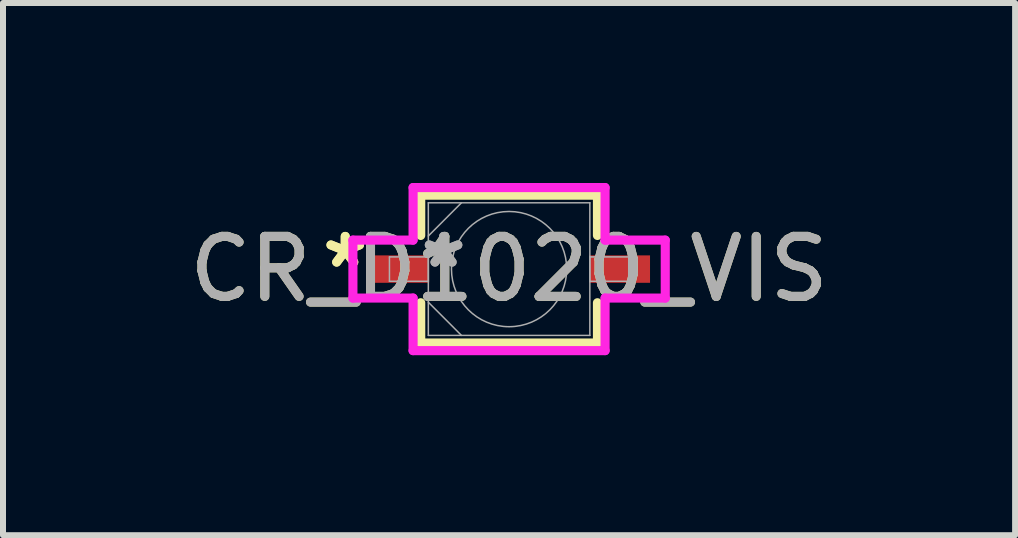
<source format=kicad_pcb>
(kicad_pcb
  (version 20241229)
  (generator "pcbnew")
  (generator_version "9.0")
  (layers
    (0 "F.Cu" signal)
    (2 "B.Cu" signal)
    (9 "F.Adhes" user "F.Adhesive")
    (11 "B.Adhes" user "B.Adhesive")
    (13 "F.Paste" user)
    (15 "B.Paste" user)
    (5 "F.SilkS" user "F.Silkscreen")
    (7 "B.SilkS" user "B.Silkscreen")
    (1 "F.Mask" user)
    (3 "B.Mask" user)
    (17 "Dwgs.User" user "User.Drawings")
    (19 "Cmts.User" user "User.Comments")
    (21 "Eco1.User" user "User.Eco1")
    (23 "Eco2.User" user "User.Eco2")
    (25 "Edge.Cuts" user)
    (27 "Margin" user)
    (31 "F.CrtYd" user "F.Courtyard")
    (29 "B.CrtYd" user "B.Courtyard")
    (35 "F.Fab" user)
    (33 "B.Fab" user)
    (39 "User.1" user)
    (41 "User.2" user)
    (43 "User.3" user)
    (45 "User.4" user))
  (footprint "CR_D1020_VIS"
    (layer "F.Cu")
    (at 5.435 1.435)
    (property "Reference" "CR_D1020_VIS" (at 0 0 0) (unlocked yes) (layer "F.SilkS") (effects (font (size 1 1) (thickness 0.15))))
    (attr smd)
    (fp_line (start -1.473 -1.232) (end -1.473 -0.561) (stroke (width 0.152) (type solid)) (layer "F.SilkS"))
    (fp_line (start -1.473 0.561) (end -1.473 1.232) (stroke (width 0.152) (type solid)) (layer "F.SilkS"))
    (fp_line (start -1.473 1.232) (end 1.473 1.232) (stroke (width 0.152) (type solid)) (layer "F.SilkS"))
    (fp_line (start 1.473 -1.232) (end -1.473 -1.232) (stroke (width 0.152) (type solid)) (layer "F.SilkS"))
    (fp_line (start 1.473 -0.561) (end 1.473 -1.232) (stroke (width 0.152) (type solid)) (layer "F.SilkS"))
    (fp_line (start 1.473 1.232) (end 1.473 0.561) (stroke (width 0.152) (type solid)) (layer "F.SilkS"))
    (fp_line (start -2.603 -0.483) (end -1.6 -0.483) (stroke (width 0.152) (type solid)) (layer "F.CrtYd"))
    (fp_line (start -2.603 0.483) (end -2.603 -0.483) (stroke (width 0.152) (type solid)) (layer "F.CrtYd"))
    (fp_line (start -1.6 -1.359) (end 1.6 -1.359) (stroke (width 0.152) (type solid)) (layer "F.CrtYd"))
    (fp_line (start -1.6 -0.483) (end -1.6 -1.359) (stroke (width 0.152) (type solid)) (layer "F.CrtYd"))
    (fp_line (start -1.6 0.483) (end -2.603 0.483) (stroke (width 0.152) (type solid)) (layer "F.CrtYd"))
    (fp_line (start -1.6 1.359) (end -1.6 0.483) (stroke (width 0.152) (type solid)) (layer "F.CrtYd"))
    (fp_line (start 1.6 -1.359) (end 1.6 -0.483) (stroke (width 0.152) (type solid)) (layer "F.CrtYd"))
    (fp_line (start 1.6 -0.483) (end 2.603 -0.483) (stroke (width 0.152) (type solid)) (layer "F.CrtYd"))
    (fp_line (start 1.6 0.483) (end 1.6 1.359) (stroke (width 0.152) (type solid)) (layer "F.CrtYd"))
    (fp_line (start 1.6 1.359) (end -1.6 1.359) (stroke (width 0.152) (type solid)) (layer "F.CrtYd"))
    (fp_line (start 2.603 -0.483) (end 2.603 0.483) (stroke (width 0.152) (type solid)) (layer "F.CrtYd"))
    (fp_line (start 2.603 0.483) (end 1.6 0.483) (stroke (width 0.152) (type solid)) (layer "F.CrtYd"))
    (fp_line (start -1.994 -0.203) (end -1.994 0.203) (stroke (width 0.025) (type solid)) (layer "F.Fab"))
    (fp_line (start -1.994 0.203) (end -1.346 0.203) (stroke (width 0.025) (type solid)) (layer "F.Fab"))
    (fp_line (start -1.346 -1.105) (end -1.346 1.105) (stroke (width 0.025) (type solid)) (layer "F.Fab"))
    (fp_line (start -1.346 -0.552) (end -0.794 -1.105) (stroke (width 0.025) (type solid)) (layer "F.Fab"))
    (fp_line (start -1.346 -0.203) (end -1.994 -0.203) (stroke (width 0.025) (type solid)) (layer "F.Fab"))
    (fp_line (start -1.346 0.203) (end -1.346 -0.203) (stroke (width 0.025) (type solid)) (layer "F.Fab"))
    (fp_line (start -1.346 0.552) (end -0.794 1.105) (stroke (width 0.025) (type solid)) (layer "F.Fab"))
    (fp_line (start -1.346 1.105) (end 1.346 1.105) (stroke (width 0.025) (type solid)) (layer "F.Fab"))
    (fp_line (start 1.346 -1.105) (end -1.346 -1.105) (stroke (width 0.025) (type solid)) (layer "F.Fab"))
    (fp_line (start 1.346 -0.203) (end 1.346 0.203) (stroke (width 0.025) (type solid)) (layer "F.Fab"))
    (fp_line (start 1.346 0.203) (end 1.994 0.203) (stroke (width 0.025) (type solid)) (layer "F.Fab"))
    (fp_line (start 1.346 1.105) (end 1.346 -1.105) (stroke (width 0.025) (type solid)) (layer "F.Fab"))
    (fp_line (start 1.994 -0.203) (end 1.346 -0.203) (stroke (width 0.025) (type solid)) (layer "F.Fab"))
    (fp_line (start 1.994 0.203) (end 1.994 -0.203) (stroke (width 0.025) (type solid)) (layer "F.Fab"))
    (fp_circle (center 0 0) (end -0.679 0.679) (stroke (width 0.025) (type solid)) (fill no) (layer "F.Fab"))
    (fp_text user "*" (at -2.731 0 0) (unlocked yes) (layer "F.SilkS") (effects (font (size 1 1) (thickness 0.15))))
    (fp_text user "*" (at -2.731 0 0) (layer "F.SilkS") (effects (font (size 1 1) (thickness 0.15))))
    (fp_text user "*" (at -1.092 0 0) (layer "F.Fab") (effects (font (size 1 1) (thickness 0.15))))
    (fp_text user "${REFERENCE}" (at 0 0 0) (unlocked yes) (layer "F.Fab") (effects (font (size 1 1) (thickness 0.15))))
    (fp_text user "*" (at -1.092 0 0) (unlocked yes) (layer "F.Fab") (effects (font (size 1 1) (thickness 0.15))))
    (pad "1" smd rect (at -1.841 0) (size 1.016 0.457) (layers "F.Cu" "F.Mask" "F.Paste"))
    (pad "2" smd rect (at 1.841 0) (size 1.016 0.457) (layers "F.Cu" "F.Mask" "F.Paste")))
  (gr_rect
    (start -3 -3)
    (end 13.869 5.87)
    (stroke (width 0.1) (type default))
    (fill no)
    (layer "Edge.Cuts")))
</source>
